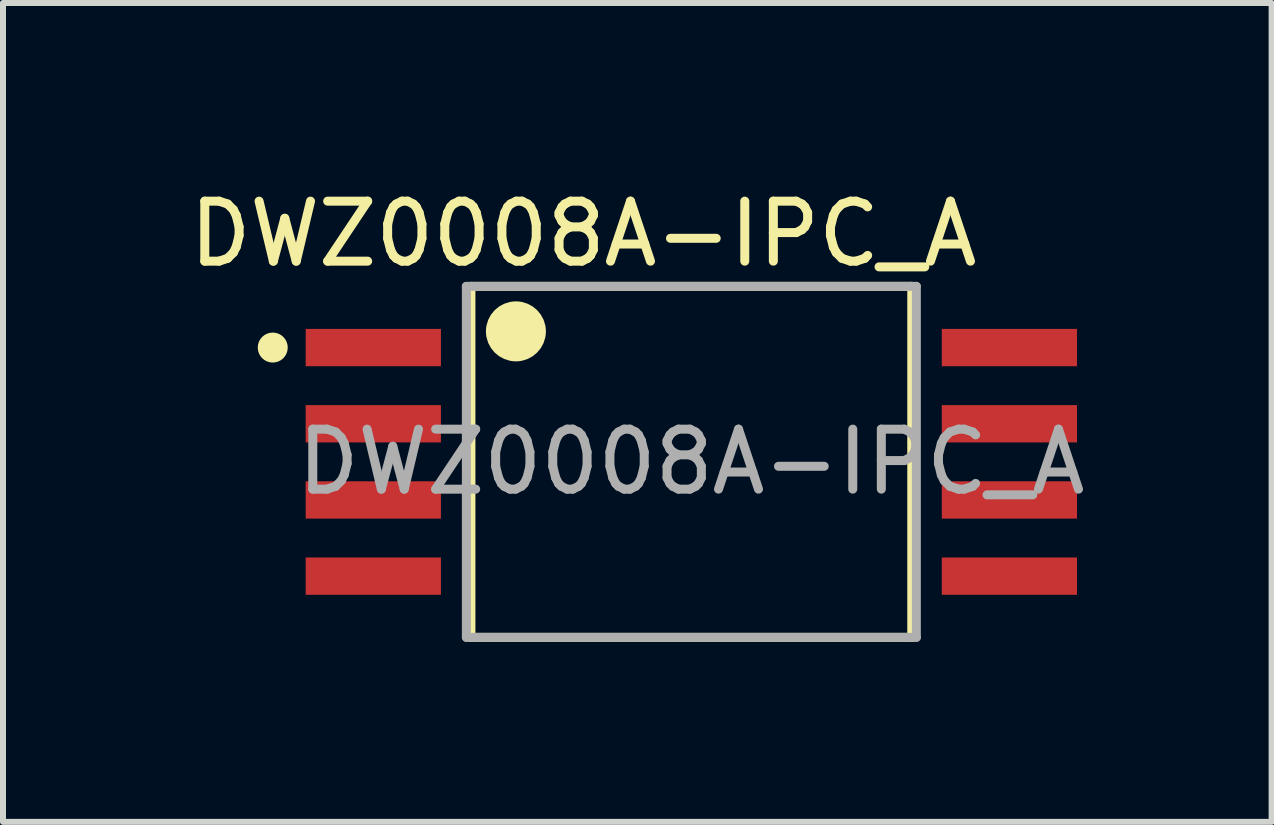
<source format=kicad_pcb>
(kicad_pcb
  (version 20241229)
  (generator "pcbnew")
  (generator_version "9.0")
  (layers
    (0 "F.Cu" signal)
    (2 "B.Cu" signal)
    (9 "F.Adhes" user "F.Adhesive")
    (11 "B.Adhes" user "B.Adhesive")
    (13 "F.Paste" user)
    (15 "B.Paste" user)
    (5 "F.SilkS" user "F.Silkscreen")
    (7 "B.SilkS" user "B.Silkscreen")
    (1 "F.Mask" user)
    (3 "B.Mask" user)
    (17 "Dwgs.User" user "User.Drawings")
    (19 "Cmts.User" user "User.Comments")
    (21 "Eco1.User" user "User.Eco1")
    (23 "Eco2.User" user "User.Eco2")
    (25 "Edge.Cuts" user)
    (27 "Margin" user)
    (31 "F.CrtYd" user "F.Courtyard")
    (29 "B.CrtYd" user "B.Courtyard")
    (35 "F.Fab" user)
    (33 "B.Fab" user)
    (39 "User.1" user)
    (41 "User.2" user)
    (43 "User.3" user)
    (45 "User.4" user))
  (footprint "DWZ0008A-IPC_A"
    (layer "F.Cu")
    (at 8.473 4.648)
    (property "Reference" "DWZ0008A-IPC_A" (at -1.8 -3.8 0) (unlocked yes) (layer "F.SilkS") (effects (font (size 1 1) (thickness 0.15))))
    (attr smd)
    (fp_line (start -3.674 -2.925) (end 3.674 -2.925) (stroke (width 0.15) (type solid)) (layer "F.SilkS"))
    (fp_line (start -3.674 2.925) (end -3.674 -2.925) (stroke (width 0.15) (type solid)) (layer "F.SilkS"))
    (fp_line (start -3.674 2.925) (end 3.674 2.925) (stroke (width 0.15) (type solid)) (layer "F.SilkS"))
    (fp_line (start 3.674 2.925) (end 3.674 -2.925) (stroke (width 0.15) (type solid)) (layer "F.SilkS"))
    (fp_circle (center -6.977 -1.905) (end -6.852 -1.905) (stroke (width 0.25) (type solid)) (fill no) (layer "F.SilkS"))
    (fp_circle (center -2.924 -2.175) (end -2.674 -2.175) (stroke (width 0.5) (type solid)) (fill no) (layer "F.SilkS"))
    (fp_line (start -3.75 -2.925) (end 3.75 -2.925) (stroke (width 0.15) (type solid)) (layer "F.Fab"))
    (fp_line (start -3.75 2.925) (end -3.75 -2.925) (stroke (width 0.15) (type solid)) (layer "F.Fab"))
    (fp_line (start -3.75 2.925) (end 3.75 2.925) (stroke (width 0.15) (type solid)) (layer "F.Fab"))
    (fp_line (start 3.75 2.925) (end 3.75 -2.925) (stroke (width 0.15) (type solid)) (layer "F.Fab"))
    (fp_text user "${REFERENCE}" (at 0 0 0) (unlocked yes) (layer "F.Fab") (effects (font (size 1 1) (thickness 0.15))))
    (pad "1" smd rect (at -5.301 -1.905) (size 2.254 0.622) (layers "F.Cu" "F.Mask" "F.Paste"))
    (pad "2" smd rect (at -5.301 -0.635) (size 2.254 0.622) (layers "F.Cu" "F.Mask" "F.Paste"))
    (pad "3" smd rect (at -5.301 0.635) (size 2.254 0.622) (layers "F.Cu" "F.Mask" "F.Paste"))
    (pad "4" smd rect (at -5.301 1.905) (size 2.254 0.622) (layers "F.Cu" "F.Mask" "F.Paste"))
    (pad "5" smd rect (at 5.301 1.905) (size 2.254 0.622) (layers "F.Cu" "F.Mask" "F.Paste"))
    (pad "6" smd rect (at 5.301 0.635) (size 2.254 0.622) (layers "F.Cu" "F.Mask" "F.Paste"))
    (pad "7" smd rect (at 5.301 -0.635) (size 2.254 0.622) (layers "F.Cu" "F.Mask" "F.Paste"))
    (pad "8" smd rect (at 5.301 -1.905) (size 2.254 0.622) (layers "F.Cu" "F.Mask" "F.Paste")))
  (gr_rect
    (start -3 -3)
    (end 18.145 10.648)
    (stroke (width 0.1) (type default))
    (fill no)
    (layer "Edge.Cuts")))
</source>
